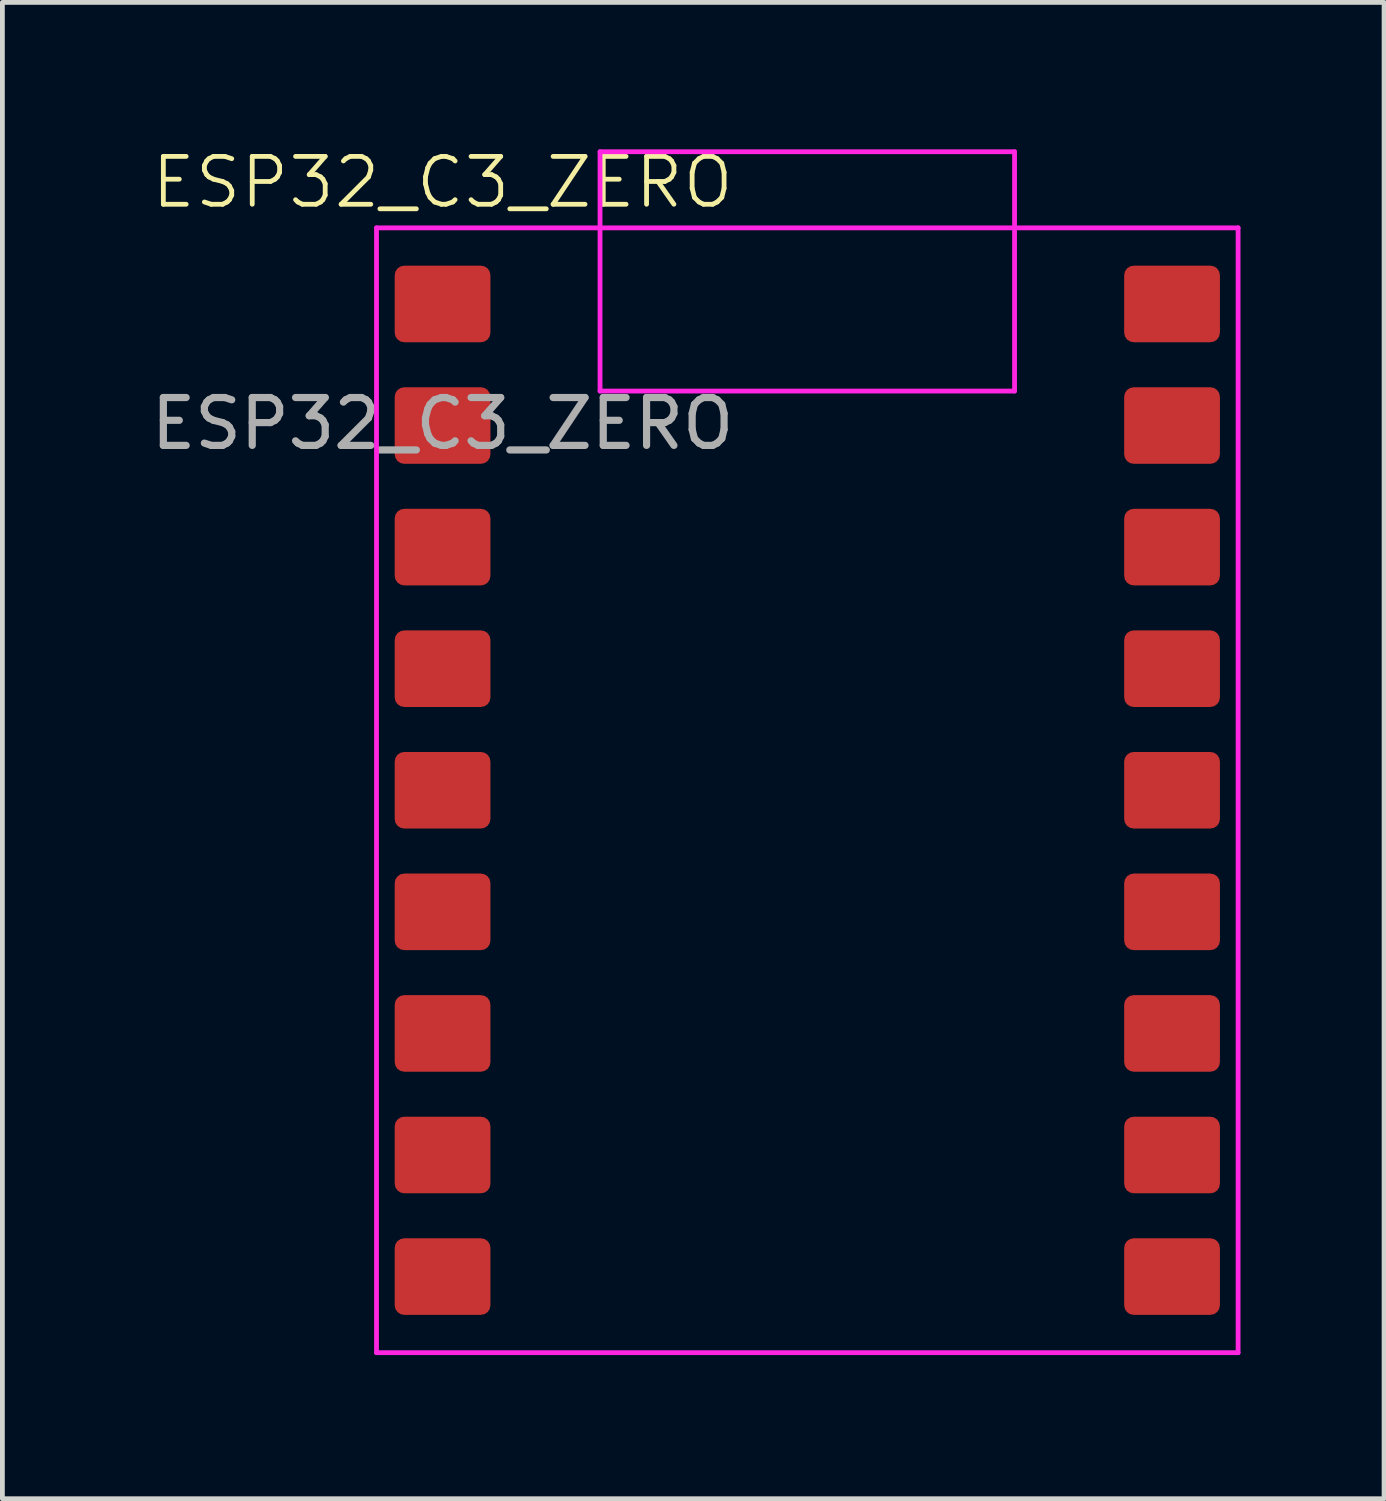
<source format=kicad_pcb>
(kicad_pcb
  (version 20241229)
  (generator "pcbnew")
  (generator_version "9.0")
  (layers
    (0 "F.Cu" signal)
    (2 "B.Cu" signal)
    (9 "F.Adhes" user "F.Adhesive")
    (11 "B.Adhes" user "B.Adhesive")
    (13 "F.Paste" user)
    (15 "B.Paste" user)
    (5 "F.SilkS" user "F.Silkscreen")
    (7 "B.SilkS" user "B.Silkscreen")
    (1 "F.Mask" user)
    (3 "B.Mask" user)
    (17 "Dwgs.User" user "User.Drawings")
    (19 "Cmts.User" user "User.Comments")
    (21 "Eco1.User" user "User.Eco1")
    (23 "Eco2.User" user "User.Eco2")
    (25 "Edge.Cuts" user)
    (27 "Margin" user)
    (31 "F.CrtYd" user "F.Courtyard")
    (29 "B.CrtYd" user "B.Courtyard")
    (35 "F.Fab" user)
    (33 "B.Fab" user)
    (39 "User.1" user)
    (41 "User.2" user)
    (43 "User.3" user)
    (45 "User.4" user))
  (footprint "ESP32_C3_ZERO"
    (layer "F.Cu")
    (at 6.196 3.3)
    (property "Reference" "ESP32_C3_ZERO" (at 0 -2.54 0) (unlocked yes) (layer "F.SilkS") (effects (font (size 1 1) (thickness 0.1))))
    (attr smd)
    (fp_line (start -1.38 -1.59) (end -1.38 21.91) (stroke (width 0.1) (type default)) (layer "F.CrtYd"))
    (fp_line (start -1.38 -1.59) (end 16.62 -1.59) (stroke (width 0.1) (type default)) (layer "F.CrtYd"))
    (fp_line (start -1.38 21.91) (end 16.62 21.91) (stroke (width 0.1) (type default)) (layer "F.CrtYd"))
    (fp_line (start 3.29 -3.18) (end 3.29 1.82) (stroke (width 0.1) (type default)) (layer "F.CrtYd"))
    (fp_line (start 3.29 -3.18) (end 11.95 -3.18) (stroke (width 0.1) (type default)) (layer "F.CrtYd"))
    (fp_line (start 3.29 1.82) (end 11.95 1.82) (stroke (width 0.1) (type default)) (layer "F.CrtYd"))
    (fp_line (start 11.95 -3.18) (end 11.95 1.82) (stroke (width 0.1) (type default)) (layer "F.CrtYd"))
    (fp_line (start 16.62 -1.59) (end 16.62 21.91) (stroke (width 0.1) (type default)) (layer "F.CrtYd"))
    (fp_text user "${REFERENCE}" (at 0 2.5 0) (unlocked yes) (layer "F.Fab") (effects (font (size 1 1) (thickness 0.15))))
    (pad "1" smd roundrect (at 0 0) (size 2 1.6) (layers "F.Cu" "F.Mask" "F.Paste") (roundrect_rratio 0.125))
    (pad "2" smd roundrect (at 0 2.54) (size 2 1.6) (layers "F.Cu" "F.Mask" "F.Paste") (roundrect_rratio 0.125))
    (pad "3" smd roundrect (at 0 5.08) (size 2 1.6) (layers "F.Cu" "F.Mask" "F.Paste") (roundrect_rratio 0.125))
    (pad "4" smd roundrect (at 0 7.62) (size 2 1.6) (layers "F.Cu" "F.Mask" "F.Paste") (roundrect_rratio 0.125))
    (pad "5" smd roundrect (at 0 10.16) (size 2 1.6) (layers "F.Cu" "F.Mask" "F.Paste") (roundrect_rratio 0.125))
    (pad "6" smd roundrect (at 0 12.7) (size 2 1.6) (layers "F.Cu" "F.Mask" "F.Paste") (roundrect_rratio 0.125))
    (pad "7" smd roundrect (at 0 15.24) (size 2 1.6) (layers "F.Cu" "F.Mask" "F.Paste") (roundrect_rratio 0.125))
    (pad "8" smd roundrect (at 0 17.78) (size 2 1.6) (layers "F.Cu" "F.Mask" "F.Paste") (roundrect_rratio 0.125))
    (pad "9" smd roundrect (at 0 20.32) (size 2 1.6) (layers "F.Cu" "F.Mask" "F.Paste") (roundrect_rratio 0.125))
    (pad "10" smd roundrect (at 15.24 20.32) (size 2 1.6) (layers "F.Cu" "F.Mask" "F.Paste") (roundrect_rratio 0.125))
    (pad "11" smd roundrect (at 15.24 17.78) (size 2 1.6) (layers "F.Cu" "F.Mask" "F.Paste") (roundrect_rratio 0.125))
    (pad "12" smd roundrect (at 15.24 15.24) (size 2 1.6) (layers "F.Cu" "F.Mask" "F.Paste") (roundrect_rratio 0.125))
    (pad "13" smd roundrect (at 15.24 12.7) (size 2 1.6) (layers "F.Cu" "F.Mask" "F.Paste") (roundrect_rratio 0.125))
    (pad "14" smd roundrect (at 15.24 10.16) (size 2 1.6) (layers "F.Cu" "F.Mask" "F.Paste") (roundrect_rratio 0.125))
    (pad "15" smd roundrect (at 15.24 7.62) (size 2 1.6) (layers "F.Cu" "F.Mask" "F.Paste") (roundrect_rratio 0.125))
    (pad "16" smd roundrect (at 15.24 5.08) (size 2 1.6) (layers "F.Cu" "F.Mask" "F.Paste") (roundrect_rratio 0.125))
    (pad "17" smd roundrect (at 15.24 2.54) (size 2 1.6) (layers "F.Cu" "F.Mask" "F.Paste") (roundrect_rratio 0.125))
    (pad "18" smd roundrect (at 15.24 0) (size 2 1.6) (layers "F.Cu" "F.Mask" "F.Paste") (roundrect_rratio 0.125)))
  (gr_rect
    (start -3 -3)
    (end 25.866 28.261)
    (stroke (width 0.1) (type default))
    (fill no)
    (layer "Edge.Cuts")))
</source>
